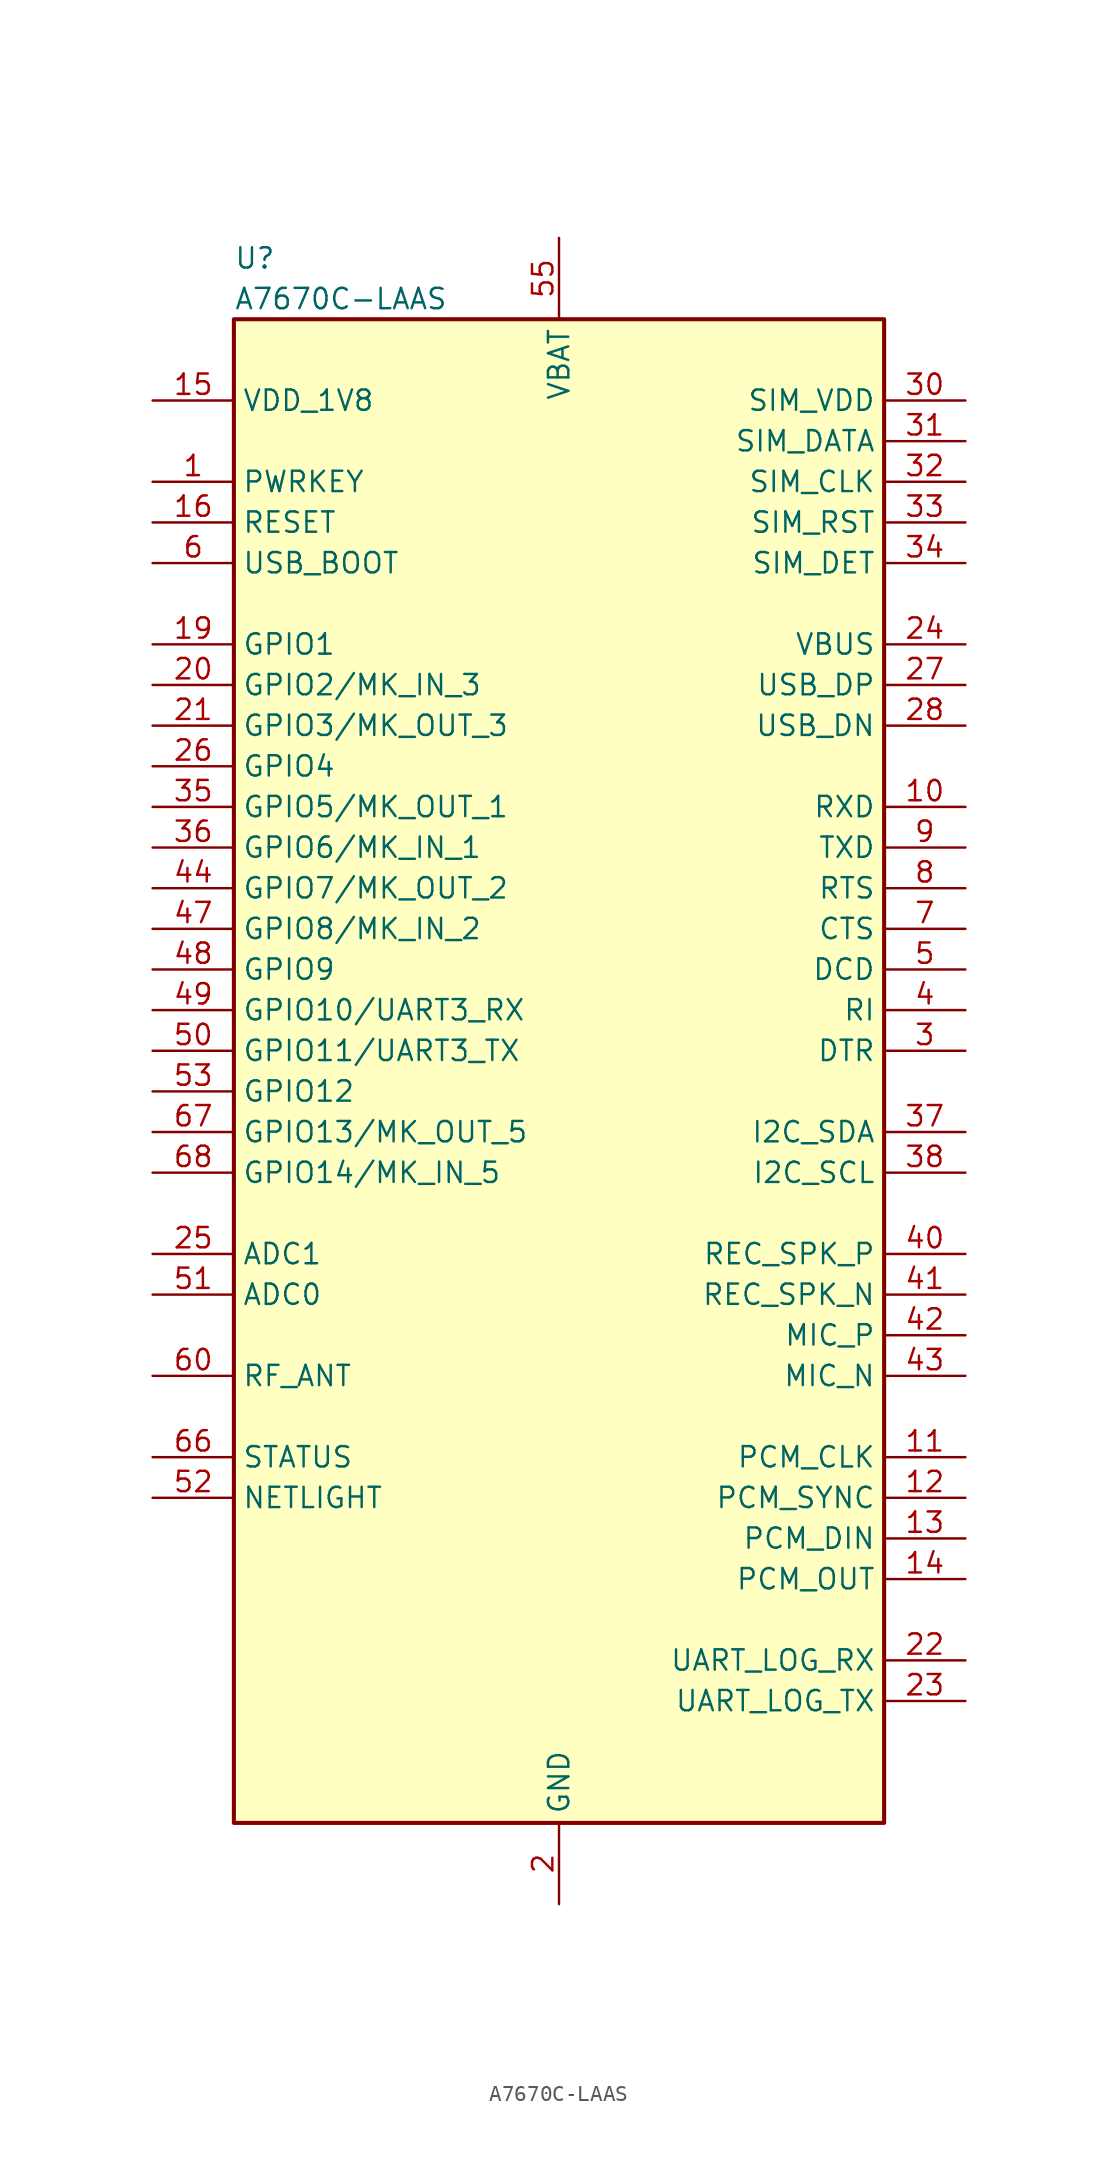
<source format=kicad_sym>
(kicad_symbol_lib
  (version 20220914)
  (generator kicad_symbol_editor)
  (symbol "A7670C-LAAS"
    (property "Reference" "U"
      (at -20.32 52.07 0)
      (effects (font (size 1.27 1.27)) (justify left)))
    (property "Value" "A7670C-LAAS"
      (at -20.32 49.53 0)
      (effects (font (size 1.27 1.27)) (justify left)))
    (symbol "A7670C-LAAS_0_0"
      (pin input line (at -25.4 38.1 0) (length 5.08) (name "PWRKEY" (effects (font (size 1.27 1.27)))) (number "1" (effects (font (size 1.27 1.27)))))
      (pin input line (at 25.4 17.78 180) (length 5.08) (name "RXD" (effects (font (size 1.27 1.27)))) (number "10" (effects (font (size 1.27 1.27)))))
      (pin output line (at 25.4 -22.86 180) (length 5.08) (name "PCM_CLK" (effects (font (size 1.27 1.27)))) (number "11" (effects (font (size 1.27 1.27)))))
      (pin bidirectional line (at 25.4 -25.4 180) (length 5.08) (name "PCM_SYNC" (effects (font (size 1.27 1.27)))) (number "12" (effects (font (size 1.27 1.27)))))
      (pin input line (at 25.4 -27.94 180) (length 5.08) (name "PCM_DIN" (effects (font (size 1.27 1.27)))) (number "13" (effects (font (size 1.27 1.27)))))
      (pin output line (at 25.4 -30.48 180) (length 5.08) (name "PCM_OUT" (effects (font (size 1.27 1.27)))) (number "14" (effects (font (size 1.27 1.27)))))
      (pin power_out line (at -25.4 43.18 0) (length 5.08) (name "VDD_1V8" (effects (font (size 1.27 1.27)))) (number "15" (effects (font (size 1.27 1.27)))))
      (pin bidirectional line (at -25.4 27.94 0) (length 5.08) (name "GPIO1" (effects (font (size 1.27 1.27)))) (number "19" (effects (font (size 1.27 1.27)))))
      (pin bidirectional line (at -25.4 25.4 0) (length 5.08) (name "GPIO2/MK_IN_3" (effects (font (size 1.27 1.27)))) (number "20" (effects (font (size 1.27 1.27)))))
      (pin bidirectional line (at -25.4 22.86 0) (length 5.08) (name "GPIO3/MK_OUT_3" (effects (font (size 1.27 1.27)))) (number "21" (effects (font (size 1.27 1.27)))))
      (pin input line (at 25.4 -35.56 180) (length 5.08) (name "UART_LOG_RX" (effects (font (size 1.27 1.27)))) (number "22" (effects (font (size 1.27 1.27)))))
      (pin output line (at 25.4 -38.1 180) (length 5.08) (name "UART_LOG_TX" (effects (font (size 1.27 1.27)))) (number "23" (effects (font (size 1.27 1.27)))))
      (pin input line (at 25.4 27.94 180) (length 5.08) (name "VBUS" (effects (font (size 1.27 1.27)))) (number "24" (effects (font (size 1.27 1.27)))))
      (pin input line (at -25.4 -10.16 0) (length 5.08) (name "ADC1" (effects (font (size 1.27 1.27)))) (number "25" (effects (font (size 1.27 1.27)))))
      (pin bidirectional line (at -25.4 20.32 0) (length 5.08) (name "GPIO4" (effects (font (size 1.27 1.27)))) (number "26" (effects (font (size 1.27 1.27)))))
      (pin bidirectional line (at 25.4 25.4 180) (length 5.08) (name "USB_DP" (effects (font (size 1.27 1.27)))) (number "27" (effects (font (size 1.27 1.27)))))
      (pin input line (at 25.4 2.54 180) (length 5.08) (name "DTR" (effects (font (size 1.27 1.27)))) (number "3" (effects (font (size 1.27 1.27)))))
      (pin input line (at 25.4 33.02 180) (length 5.08) (name "SIM_DET" (effects (font (size 1.27 1.27)))) (number "34" (effects (font (size 1.27 1.27)))))
      (pin bidirectional line (at -25.4 17.78 0) (length 5.08) (name "GPIO5/MK_OUT_1" (effects (font (size 1.27 1.27)))) (number "35" (effects (font (size 1.27 1.27)))))
      (pin bidirectional line (at -25.4 15.24 0) (length 5.08) (name "GPIO6/MK_IN_1" (effects (font (size 1.27 1.27)))) (number "36" (effects (font (size 1.27 1.27)))))
      (pin bidirectional line (at 25.4 -2.54 180) (length 5.08) (name "I2C_SDA" (effects (font (size 1.27 1.27)))) (number "37" (effects (font (size 1.27 1.27)))))
      (pin output line (at 25.4 5.08 180) (length 5.08) (name "RI" (effects (font (size 1.27 1.27)))) (number "4" (effects (font (size 1.27 1.27)))))
      (pin bidirectional line (at 25.4 -10.16 180) (length 5.08) (name "REC_SPK_P" (effects (font (size 1.27 1.27)))) (number "40" (effects (font (size 1.27 1.27)))))
      (pin bidirectional line (at 25.4 -12.7 180) (length 5.08) (name "REC_SPK_N" (effects (font (size 1.27 1.27)))) (number "41" (effects (font (size 1.27 1.27)))))
      (pin bidirectional line (at 25.4 -15.24 180) (length 5.08) (name "MIC_P" (effects (font (size 1.27 1.27)))) (number "42" (effects (font (size 1.27 1.27)))))
      (pin bidirectional line (at 25.4 -17.78 180) (length 5.08) (name "MIC_N" (effects (font (size 1.27 1.27)))) (number "43" (effects (font (size 1.27 1.27)))))
      (pin bidirectional line (at -25.4 10.16 0) (length 5.08) (name "GPIO8/MK_IN_2" (effects (font (size 1.27 1.27)))) (number "47" (effects (font (size 1.27 1.27)))))
      (pin bidirectional line (at -25.4 7.62 0) (length 5.08) (name "GPIO9" (effects (font (size 1.27 1.27)))) (number "48" (effects (font (size 1.27 1.27)))))
      (pin bidirectional line (at -25.4 5.08 0) (length 5.08) (name "GPIO10/UART3_RX" (effects (font (size 1.27 1.27)))) (number "49" (effects (font (size 1.27 1.27)))))
      (pin output line (at 25.4 7.62 180) (length 5.08) (name "DCD" (effects (font (size 1.27 1.27)))) (number "5" (effects (font (size 1.27 1.27)))))
      (pin bidirectional line (at -25.4 2.54 0) (length 5.08) (name "GPIO11/UART3_TX" (effects (font (size 1.27 1.27)))) (number "50" (effects (font (size 1.27 1.27)))))
      (pin input line (at -25.4 -12.7 0) (length 5.08) (name "ADC0" (effects (font (size 1.27 1.27)))) (number "51" (effects (font (size 1.27 1.27)))))
      (pin power_in line (at 0 53.34 270) (length 5.08) (name "VBAT" (effects (font (size 1.27 1.27)))) (number "55" (effects (font (size 1.27 1.27)))))
      (pin power_in line (at 0 53.34 270) (length 5.08) hide (name "VBAT" (effects (font (size 1.27 1.27)))) (number "56" (effects (font (size 1.27 1.27)))))
      (pin input line (at -25.4 33.02 0) (length 5.08) (name "USB_BOOT" (effects (font (size 1.27 1.27)))) (number "6" (effects (font (size 1.27 1.27)))))
      (pin input line (at -25.4 -22.86 0) (length 5.08) (name "STATUS" (effects (font (size 1.27 1.27)))) (number "66" (effects (font (size 1.27 1.27)))))
      (pin bidirectional line (at -25.4 -2.54 0) (length 5.08) (name "GPIO13/MK_OUT_5" (effects (font (size 1.27 1.27)))) (number "67" (effects (font (size 1.27 1.27)))))
      (pin output line (at 25.4 10.16 180) (length 5.08) (name "CTS" (effects (font (size 1.27 1.27)))) (number "7" (effects (font (size 1.27 1.27)))))
      (pin input line (at 25.4 12.7 180) (length 5.08) (name "RTS" (effects (font (size 1.27 1.27)))) (number "8" (effects (font (size 1.27 1.27)))))
      (pin output line (at 25.4 15.24 180) (length 5.08) (name "TXD" (effects (font (size 1.27 1.27)))) (number "9" (effects (font (size 1.27 1.27))))))
    (symbol "A7670C-LAAS_1_0"
      (rectangle (start -20.32 48.26) (end 20.32 -45.72) (stroke (width 0.254) (type default)) (fill (type background)))
      (pin input line (at -25.4 35.56 0) (length 5.08) (name "RESET" (effects (font (size 1.27 1.27)))) (number "16" (effects (font (size 1.27 1.27)))))
      (pin power_in line (at 0 -50.8 90) (length 5.08) hide (name "GND" (effects (font (size 1.27 1.27)))) (number "17" (effects (font (size 1.27 1.27)))))
      (pin power_in line (at 0 -50.8 90) (length 5.08) hide (name "GND" (effects (font (size 1.27 1.27)))) (number "18" (effects (font (size 1.27 1.27)))))
      (pin power_in line (at 0 -50.8 90) (length 5.08) (name "GND" (effects (font (size 1.27 1.27)))) (number "2" (effects (font (size 1.27 1.27)))))
      (pin bidirectional line (at 25.4 22.86 180) (length 5.08) (name "USB_DN" (effects (font (size 1.27 1.27)))) (number "28" (effects (font (size 1.27 1.27)))))
      (pin power_in line (at 0 -50.8 90) (length 5.08) hide (name "GND" (effects (font (size 1.27 1.27)))) (number "29" (effects (font (size 1.27 1.27)))))
      (pin power_out line (at 25.4 43.18 180) (length 5.08) (name "SIM_VDD" (effects (font (size 1.27 1.27)))) (number "30" (effects (font (size 1.27 1.27)))))
      (pin bidirectional line (at 25.4 40.64 180) (length 5.08) (name "SIM_DATA" (effects (font (size 1.27 1.27)))) (number "31" (effects (font (size 1.27 1.27)))))
      (pin bidirectional line (at 25.4 38.1 180) (length 5.08) (name "SIM_CLK" (effects (font (size 1.27 1.27)))) (number "32" (effects (font (size 1.27 1.27)))))
      (pin bidirectional line (at 25.4 35.56 180) (length 5.08) (name "SIM_RST" (effects (font (size 1.27 1.27)))) (number "33" (effects (font (size 1.27 1.27)))))
      (pin output line (at 25.4 -5.08 180) (length 5.08) (name "I2C_SCL" (effects (font (size 1.27 1.27)))) (number "38" (effects (font (size 1.27 1.27)))))
      (pin power_in line (at 0 -50.8 90) (length 5.08) hide (name "GND" (effects (font (size 1.27 1.27)))) (number "39" (effects (font (size 1.27 1.27)))))
      (pin bidirectional line (at -25.4 12.7 0) (length 5.08) (name "GPIO7/MK_OUT_2" (effects (font (size 1.27 1.27)))) (number "44" (effects (font (size 1.27 1.27)))))
      (pin power_in line (at 0 -50.8 90) (length 5.08) hide (name "GND" (effects (font (size 1.27 1.27)))) (number "45" (effects (font (size 1.27 1.27)))))
      (pin power_in line (at 0 -50.8 90) (length 5.08) hide (name "GND" (effects (font (size 1.27 1.27)))) (number "46" (effects (font (size 1.27 1.27)))))
      (pin output line (at -25.4 -25.4 0) (length 5.08) (name "NETLIGHT" (effects (font (size 1.27 1.27)))) (number "52" (effects (font (size 1.27 1.27)))))
      (pin bidirectional line (at -25.4 0 0) (length 5.08) (name "GPIO12" (effects (font (size 1.27 1.27)))) (number "53" (effects (font (size 1.27 1.27)))))
      (pin power_in line (at 0 -50.8 90) (length 5.08) hide (name "GND" (effects (font (size 1.27 1.27)))) (number "54" (effects (font (size 1.27 1.27)))))
      (pin power_in line (at 0 53.34 270) (length 5.08) hide (name "VBAT" (effects (font (size 1.27 1.27)))) (number "57" (effects (font (size 1.27 1.27)))))
      (pin power_in line (at 0 -50.8 90) (length 5.08) hide (name "GND" (effects (font (size 1.27 1.27)))) (number "58" (effects (font (size 1.27 1.27)))))
      (pin power_in line (at 0 -50.8 90) (length 5.08) hide (name "GND" (effects (font (size 1.27 1.27)))) (number "59" (effects (font (size 1.27 1.27)))))
      (pin bidirectional line (at -25.4 -17.78 0) (length 5.08) (name "RF_ANT" (effects (font (size 1.27 1.27)))) (number "60" (effects (font (size 1.27 1.27)))))
      (pin power_in line (at 0 -50.8 90) (length 5.08) hide (name "GND" (effects (font (size 1.27 1.27)))) (number "61" (effects (font (size 1.27 1.27)))))
      (pin power_in line (at 0 -50.8 90) (length 5.08) hide (name "GND" (effects (font (size 1.27 1.27)))) (number "62" (effects (font (size 1.27 1.27)))))
      (pin power_in line (at 0 -50.8 90) (length 5.08) hide (name "GND" (effects (font (size 1.27 1.27)))) (number "63" (effects (font (size 1.27 1.27)))))
      (pin power_in line (at 0 -50.8 90) (length 5.08) hide (name "GND" (effects (font (size 1.27 1.27)))) (number "64" (effects (font (size 1.27 1.27)))))
      (pin power_in line (at 0 -50.8 90) (length 5.08) hide (name "GND" (effects (font (size 1.27 1.27)))) (number "65" (effects (font (size 1.27 1.27)))))
      (pin bidirectional line (at -25.4 -5.08 0) (length 5.08) (name "GPIO14/MK_IN_5" (effects (font (size 1.27 1.27)))) (number "68" (effects (font (size 1.27 1.27)))))
      (pin power_in line (at 0 -50.8 90) (length 5.08) hide (name "GND" (effects (font (size 1.27 1.27)))) (number "69" (effects (font (size 1.27 1.27)))))
      (pin power_in line (at 0 -50.8 90) (length 5.08) hide (name "GND" (effects (font (size 1.27 1.27)))) (number "70" (effects (font (size 1.27 1.27)))))
      (pin power_in line (at 0 -50.8 90) (length 5.08) hide (name "GND" (effects (font (size 1.27 1.27)))) (number "71" (effects (font (size 1.27 1.27)))))
      (pin power_in line (at 0 -50.8 90) (length 5.08) hide (name "GND" (effects (font (size 1.27 1.27)))) (number "72" (effects (font (size 1.27 1.27)))))
      (pin power_in line (at 0 -50.8 90) (length 5.08) hide (name "GND" (effects (font (size 1.27 1.27)))) (number "73" (effects (font (size 1.27 1.27)))))
      (pin power_in line (at 0 -50.8 90) (length 5.08) hide (name "GND" (effects (font (size 1.27 1.27)))) (number "74" (effects (font (size 1.27 1.27)))))
      (pin power_in line (at 0 -50.8 90) (length 5.08) hide (name "GND" (effects (font (size 1.27 1.27)))) (number "75" (effects (font (size 1.27 1.27)))))
      (pin power_in line (at 0 -50.8 90) (length 5.08) hide (name "GND" (effects (font (size 1.27 1.27)))) (number "76" (effects (font (size 1.27 1.27)))))
      (pin power_in line (at 0 -50.8 90) (length 5.08) hide (name "GND" (effects (font (size 1.27 1.27)))) (number "77" (effects (font (size 1.27 1.27)))))
      (pin power_in line (at 0 -50.8 90) (length 5.08) hide (name "GND" (effects (font (size 1.27 1.27)))) (number "78" (effects (font (size 1.27 1.27)))))
      (pin power_in line (at 0 -50.8 90) (length 5.08) hide (name "GND" (effects (font (size 1.27 1.27)))) (number "79" (effects (font (size 1.27 1.27)))))
      (pin power_in line (at 0 -50.8 90) (length 5.08) hide (name "GND" (effects (font (size 1.27 1.27)))) (number "80" (effects (font (size 1.27 1.27)))))
      (pin power_in line (at 0 -50.8 90) (length 5.08) hide (name "GND" (effects (font (size 1.27 1.27)))) (number "81" (effects (font (size 1.27 1.27)))))
      (pin power_in line (at 0 -50.8 90) (length 5.08) hide (name "GND" (effects (font (size 1.27 1.27)))) (number "82" (effects (font (size 1.27 1.27)))))
      (pin power_in line (at 0 -50.8 90) (length 5.08) hide (name "GND" (effects (font (size 1.27 1.27)))) (number "83" (effects (font (size 1.27 1.27)))))
      (pin power_in line (at 0 -50.8 90) (length 5.08) hide (name "GND" (effects (font (size 1.27 1.27)))) (number "84" (effects (font (size 1.27 1.27)))))
      (pin power_in line (at 0 -50.8 90) (length 5.08) hide (name "GND" (effects (font (size 1.27 1.27)))) (number "85" (effects (font (size 1.27 1.27)))))
      (pin power_in line (at 0 -50.8 90) (length 5.08) hide (name "GND" (effects (font (size 1.27 1.27)))) (number "86" (effects (font (size 1.27 1.27)))))
      (pin power_in line (at 0 -50.8 90) (length 5.08) hide (name "GND" (effects (font (size 1.27 1.27)))) (number "87" (effects (font (size 1.27 1.27)))))
      (pin power_in line (at 0 -50.8 90) (length 5.08) hide (name "GND" (effects (font (size 1.27 1.27)))) (number "88" (effects (font (size 1.27 1.27))))))))
</source>
